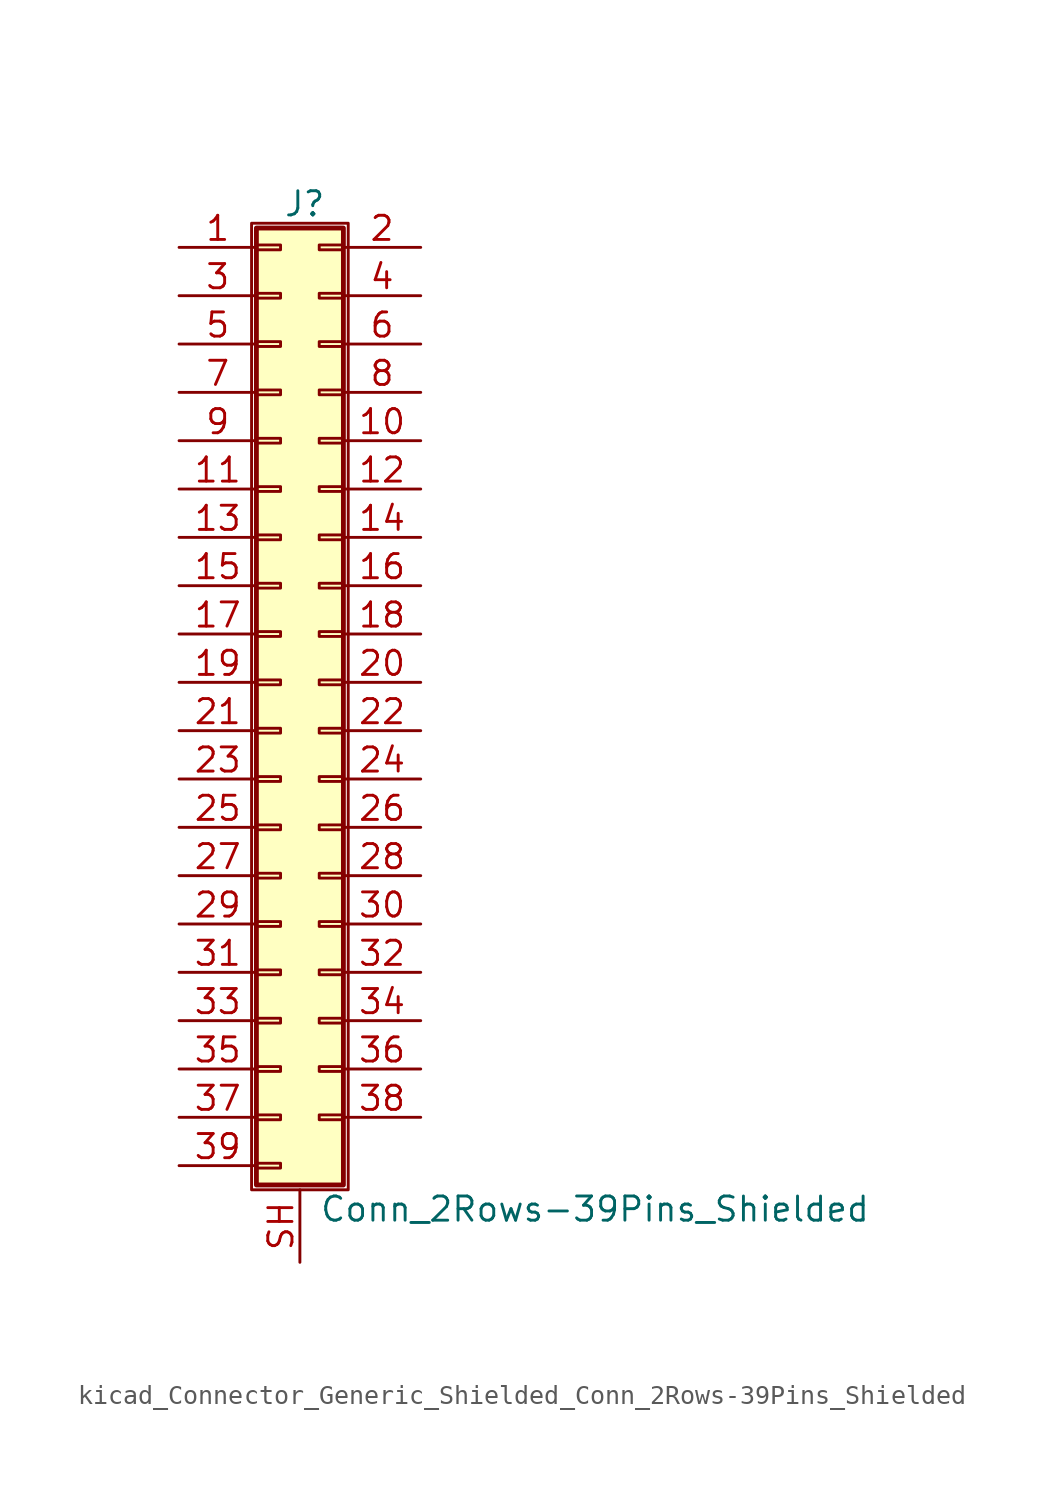
<source format=kicad_sym>
(kicad_symbol_lib
  (version 20220914)
  (generator kicad_symbol_editor)
  (symbol "kicad_Connector_Generic_Shielded_Conn_2Rows-39Pins_Shielded"
    (pin_names
      (offset 1.016) hide)
    (property "Reference" "J"
      (at 1.524 25.146 0)
      (effects (font (size 1.27 1.27))))
    (property "Value" "Conn_2Rows-39Pins_Shielded"
      (at 2.286 -27.686 0)
      (effects (font (size 1.27 1.27)) (justify left)))
    (symbol "kicad_Connector_Generic_Shielded_Conn_2Rows-39Pins_Shielded_1_1"
      (rectangle (start -1.27 24.13) (end 3.81 -26.67) (stroke (width 0.152) (type default)) (fill (type none)))
      (rectangle (start -1.016 -25.273) (end 0.254 -25.527) (stroke (width 0.152) (type default)) (fill (type none)))
      (rectangle (start -1.016 -22.733) (end 0.254 -22.987) (stroke (width 0.152) (type default)) (fill (type none)))
      (rectangle (start -1.016 -20.193) (end 0.254 -20.447) (stroke (width 0.152) (type default)) (fill (type none)))
      (rectangle (start -1.016 -17.653) (end 0.254 -17.907) (stroke (width 0.152) (type default)) (fill (type none)))
      (rectangle (start -1.016 -15.113) (end 0.254 -15.367) (stroke (width 0.152) (type default)) (fill (type none)))
      (rectangle (start -1.016 -12.573) (end 0.254 -12.827) (stroke (width 0.152) (type default)) (fill (type none)))
      (rectangle (start -1.016 -10.033) (end 0.254 -10.287) (stroke (width 0.152) (type default)) (fill (type none)))
      (rectangle (start -1.016 -7.493) (end 0.254 -7.747) (stroke (width 0.152) (type default)) (fill (type none)))
      (rectangle (start -1.016 -4.953) (end 0.254 -5.207) (stroke (width 0.152) (type default)) (fill (type none)))
      (rectangle (start -1.016 -2.413) (end 0.254 -2.667) (stroke (width 0.152) (type default)) (fill (type none)))
      (rectangle (start -1.016 0.127) (end 0.254 -0.127) (stroke (width 0.152) (type default)) (fill (type none)))
      (rectangle (start -1.016 2.667) (end 0.254 2.413) (stroke (width 0.152) (type default)) (fill (type none)))
      (rectangle (start -1.016 5.207) (end 0.254 4.953) (stroke (width 0.152) (type default)) (fill (type none)))
      (rectangle (start -1.016 7.747) (end 0.254 7.493) (stroke (width 0.152) (type default)) (fill (type none)))
      (rectangle (start -1.016 10.287) (end 0.254 10.033) (stroke (width 0.152) (type default)) (fill (type none)))
      (rectangle (start -1.016 12.827) (end 0.254 12.573) (stroke (width 0.152) (type default)) (fill (type none)))
      (rectangle (start -1.016 15.367) (end 0.254 15.113) (stroke (width 0.152) (type default)) (fill (type none)))
      (rectangle (start -1.016 17.907) (end 0.254 17.653) (stroke (width 0.152) (type default)) (fill (type none)))
      (rectangle (start -1.016 20.447) (end 0.254 20.193) (stroke (width 0.152) (type default)) (fill (type none)))
      (rectangle (start -1.016 22.987) (end 0.254 22.733) (stroke (width 0.152) (type default)) (fill (type none)))
      (rectangle (start -1.016 23.876) (end 3.556 -26.416) (stroke (width 0.254) (type default)) (fill (type background)))
      (rectangle (start 3.556 -22.733) (end 2.286 -22.987) (stroke (width 0.152) (type default)) (fill (type none)))
      (rectangle (start 3.556 -20.193) (end 2.286 -20.447) (stroke (width 0.152) (type default)) (fill (type none)))
      (rectangle (start 3.556 -17.653) (end 2.286 -17.907) (stroke (width 0.152) (type default)) (fill (type none)))
      (rectangle (start 3.556 -15.113) (end 2.286 -15.367) (stroke (width 0.152) (type default)) (fill (type none)))
      (rectangle (start 3.556 -12.573) (end 2.286 -12.827) (stroke (width 0.152) (type default)) (fill (type none)))
      (rectangle (start 3.556 -10.033) (end 2.286 -10.287) (stroke (width 0.152) (type default)) (fill (type none)))
      (rectangle (start 3.556 -7.493) (end 2.286 -7.747) (stroke (width 0.152) (type default)) (fill (type none)))
      (rectangle (start 3.556 -4.953) (end 2.286 -5.207) (stroke (width 0.152) (type default)) (fill (type none)))
      (rectangle (start 3.556 -2.413) (end 2.286 -2.667) (stroke (width 0.152) (type default)) (fill (type none)))
      (rectangle (start 3.556 0.127) (end 2.286 -0.127) (stroke (width 0.152) (type default)) (fill (type none)))
      (rectangle (start 3.556 2.667) (end 2.286 2.413) (stroke (width 0.152) (type default)) (fill (type none)))
      (rectangle (start 3.556 5.207) (end 2.286 4.953) (stroke (width 0.152) (type default)) (fill (type none)))
      (rectangle (start 3.556 7.747) (end 2.286 7.493) (stroke (width 0.152) (type default)) (fill (type none)))
      (rectangle (start 3.556 10.287) (end 2.286 10.033) (stroke (width 0.152) (type default)) (fill (type none)))
      (rectangle (start 3.556 12.827) (end 2.286 12.573) (stroke (width 0.152) (type default)) (fill (type none)))
      (rectangle (start 3.556 15.367) (end 2.286 15.113) (stroke (width 0.152) (type default)) (fill (type none)))
      (rectangle (start 3.556 17.907) (end 2.286 17.653) (stroke (width 0.152) (type default)) (fill (type none)))
      (rectangle (start 3.556 20.447) (end 2.286 20.193) (stroke (width 0.152) (type default)) (fill (type none)))
      (rectangle (start 3.556 22.987) (end 2.286 22.733) (stroke (width 0.152) (type default)) (fill (type none)))
      (pin passive line (at -5.08 22.86 0) (length 4.064) (name "Pin_1" (effects (font (size 1.27 1.27)))) (number "1" (effects (font (size 1.27 1.27)))))
      (pin passive line (at 7.62 12.7 180) (length 4.064) (name "Pin_10" (effects (font (size 1.27 1.27)))) (number "10" (effects (font (size 1.27 1.27)))))
      (pin passive line (at -5.08 10.16 0) (length 4.064) (name "Pin_11" (effects (font (size 1.27 1.27)))) (number "11" (effects (font (size 1.27 1.27)))))
      (pin passive line (at 7.62 10.16 180) (length 4.064) (name "Pin_12" (effects (font (size 1.27 1.27)))) (number "12" (effects (font (size 1.27 1.27)))))
      (pin passive line (at -5.08 7.62 0) (length 4.064) (name "Pin_13" (effects (font (size 1.27 1.27)))) (number "13" (effects (font (size 1.27 1.27)))))
      (pin passive line (at 7.62 7.62 180) (length 4.064) (name "Pin_14" (effects (font (size 1.27 1.27)))) (number "14" (effects (font (size 1.27 1.27)))))
      (pin passive line (at -5.08 5.08 0) (length 4.064) (name "Pin_15" (effects (font (size 1.27 1.27)))) (number "15" (effects (font (size 1.27 1.27)))))
      (pin passive line (at 7.62 5.08 180) (length 4.064) (name "Pin_16" (effects (font (size 1.27 1.27)))) (number "16" (effects (font (size 1.27 1.27)))))
      (pin passive line (at -5.08 2.54 0) (length 4.064) (name "Pin_17" (effects (font (size 1.27 1.27)))) (number "17" (effects (font (size 1.27 1.27)))))
      (pin passive line (at 7.62 2.54 180) (length 4.064) (name "Pin_18" (effects (font (size 1.27 1.27)))) (number "18" (effects (font (size 1.27 1.27)))))
      (pin passive line (at -5.08 0 0) (length 4.064) (name "Pin_19" (effects (font (size 1.27 1.27)))) (number "19" (effects (font (size 1.27 1.27)))))
      (pin passive line (at 7.62 22.86 180) (length 4.064) (name "Pin_2" (effects (font (size 1.27 1.27)))) (number "2" (effects (font (size 1.27 1.27)))))
      (pin passive line (at 7.62 0 180) (length 4.064) (name "Pin_20" (effects (font (size 1.27 1.27)))) (number "20" (effects (font (size 1.27 1.27)))))
      (pin passive line (at -5.08 -2.54 0) (length 4.064) (name "Pin_21" (effects (font (size 1.27 1.27)))) (number "21" (effects (font (size 1.27 1.27)))))
      (pin passive line (at 7.62 -2.54 180) (length 4.064) (name "Pin_22" (effects (font (size 1.27 1.27)))) (number "22" (effects (font (size 1.27 1.27)))))
      (pin passive line (at -5.08 -5.08 0) (length 4.064) (name "Pin_23" (effects (font (size 1.27 1.27)))) (number "23" (effects (font (size 1.27 1.27)))))
      (pin passive line (at 7.62 -5.08 180) (length 4.064) (name "Pin_24" (effects (font (size 1.27 1.27)))) (number "24" (effects (font (size 1.27 1.27)))))
      (pin passive line (at -5.08 -7.62 0) (length 4.064) (name "Pin_25" (effects (font (size 1.27 1.27)))) (number "25" (effects (font (size 1.27 1.27)))))
      (pin passive line (at 7.62 -7.62 180) (length 4.064) (name "Pin_26" (effects (font (size 1.27 1.27)))) (number "26" (effects (font (size 1.27 1.27)))))
      (pin passive line (at -5.08 -10.16 0) (length 4.064) (name "Pin_27" (effects (font (size 1.27 1.27)))) (number "27" (effects (font (size 1.27 1.27)))))
      (pin passive line (at 7.62 -10.16 180) (length 4.064) (name "Pin_28" (effects (font (size 1.27 1.27)))) (number "28" (effects (font (size 1.27 1.27)))))
      (pin passive line (at -5.08 -12.7 0) (length 4.064) (name "Pin_29" (effects (font (size 1.27 1.27)))) (number "29" (effects (font (size 1.27 1.27)))))
      (pin passive line (at -5.08 20.32 0) (length 4.064) (name "Pin_3" (effects (font (size 1.27 1.27)))) (number "3" (effects (font (size 1.27 1.27)))))
      (pin passive line (at 7.62 -12.7 180) (length 4.064) (name "Pin_30" (effects (font (size 1.27 1.27)))) (number "30" (effects (font (size 1.27 1.27)))))
      (pin passive line (at -5.08 -15.24 0) (length 4.064) (name "Pin_31" (effects (font (size 1.27 1.27)))) (number "31" (effects (font (size 1.27 1.27)))))
      (pin passive line (at 7.62 -15.24 180) (length 4.064) (name "Pin_32" (effects (font (size 1.27 1.27)))) (number "32" (effects (font (size 1.27 1.27)))))
      (pin passive line (at -5.08 -17.78 0) (length 4.064) (name "Pin_33" (effects (font (size 1.27 1.27)))) (number "33" (effects (font (size 1.27 1.27)))))
      (pin passive line (at 7.62 -17.78 180) (length 4.064) (name "Pin_34" (effects (font (size 1.27 1.27)))) (number "34" (effects (font (size 1.27 1.27)))))
      (pin passive line (at -5.08 -20.32 0) (length 4.064) (name "Pin_35" (effects (font (size 1.27 1.27)))) (number "35" (effects (font (size 1.27 1.27)))))
      (pin passive line (at 7.62 -20.32 180) (length 4.064) (name "Pin_36" (effects (font (size 1.27 1.27)))) (number "36" (effects (font (size 1.27 1.27)))))
      (pin passive line (at -5.08 -22.86 0) (length 4.064) (name "Pin_37" (effects (font (size 1.27 1.27)))) (number "37" (effects (font (size 1.27 1.27)))))
      (pin passive line (at 7.62 -22.86 180) (length 4.064) (name "Pin_38" (effects (font (size 1.27 1.27)))) (number "38" (effects (font (size 1.27 1.27)))))
      (pin passive line (at -5.08 -25.4 0) (length 4.064) (name "Pin_39" (effects (font (size 1.27 1.27)))) (number "39" (effects (font (size 1.27 1.27)))))
      (pin passive line (at 7.62 20.32 180) (length 4.064) (name "Pin_4" (effects (font (size 1.27 1.27)))) (number "4" (effects (font (size 1.27 1.27)))))
      (pin passive line (at -5.08 17.78 0) (length 4.064) (name "Pin_5" (effects (font (size 1.27 1.27)))) (number "5" (effects (font (size 1.27 1.27)))))
      (pin passive line (at 7.62 17.78 180) (length 4.064) (name "Pin_6" (effects (font (size 1.27 1.27)))) (number "6" (effects (font (size 1.27 1.27)))))
      (pin passive line (at -5.08 15.24 0) (length 4.064) (name "Pin_7" (effects (font (size 1.27 1.27)))) (number "7" (effects (font (size 1.27 1.27)))))
      (pin passive line (at 7.62 15.24 180) (length 4.064) (name "Pin_8" (effects (font (size 1.27 1.27)))) (number "8" (effects (font (size 1.27 1.27)))))
      (pin passive line (at -5.08 12.7 0) (length 4.064) (name "Pin_9" (effects (font (size 1.27 1.27)))) (number "9" (effects (font (size 1.27 1.27)))))
      (pin passive line (at 1.27 -30.48 90) (length 3.81) (name "Shield" (effects (font (size 1.27 1.27)))) (number "SH" (effects (font (size 1.27 1.27))))))))
</source>
